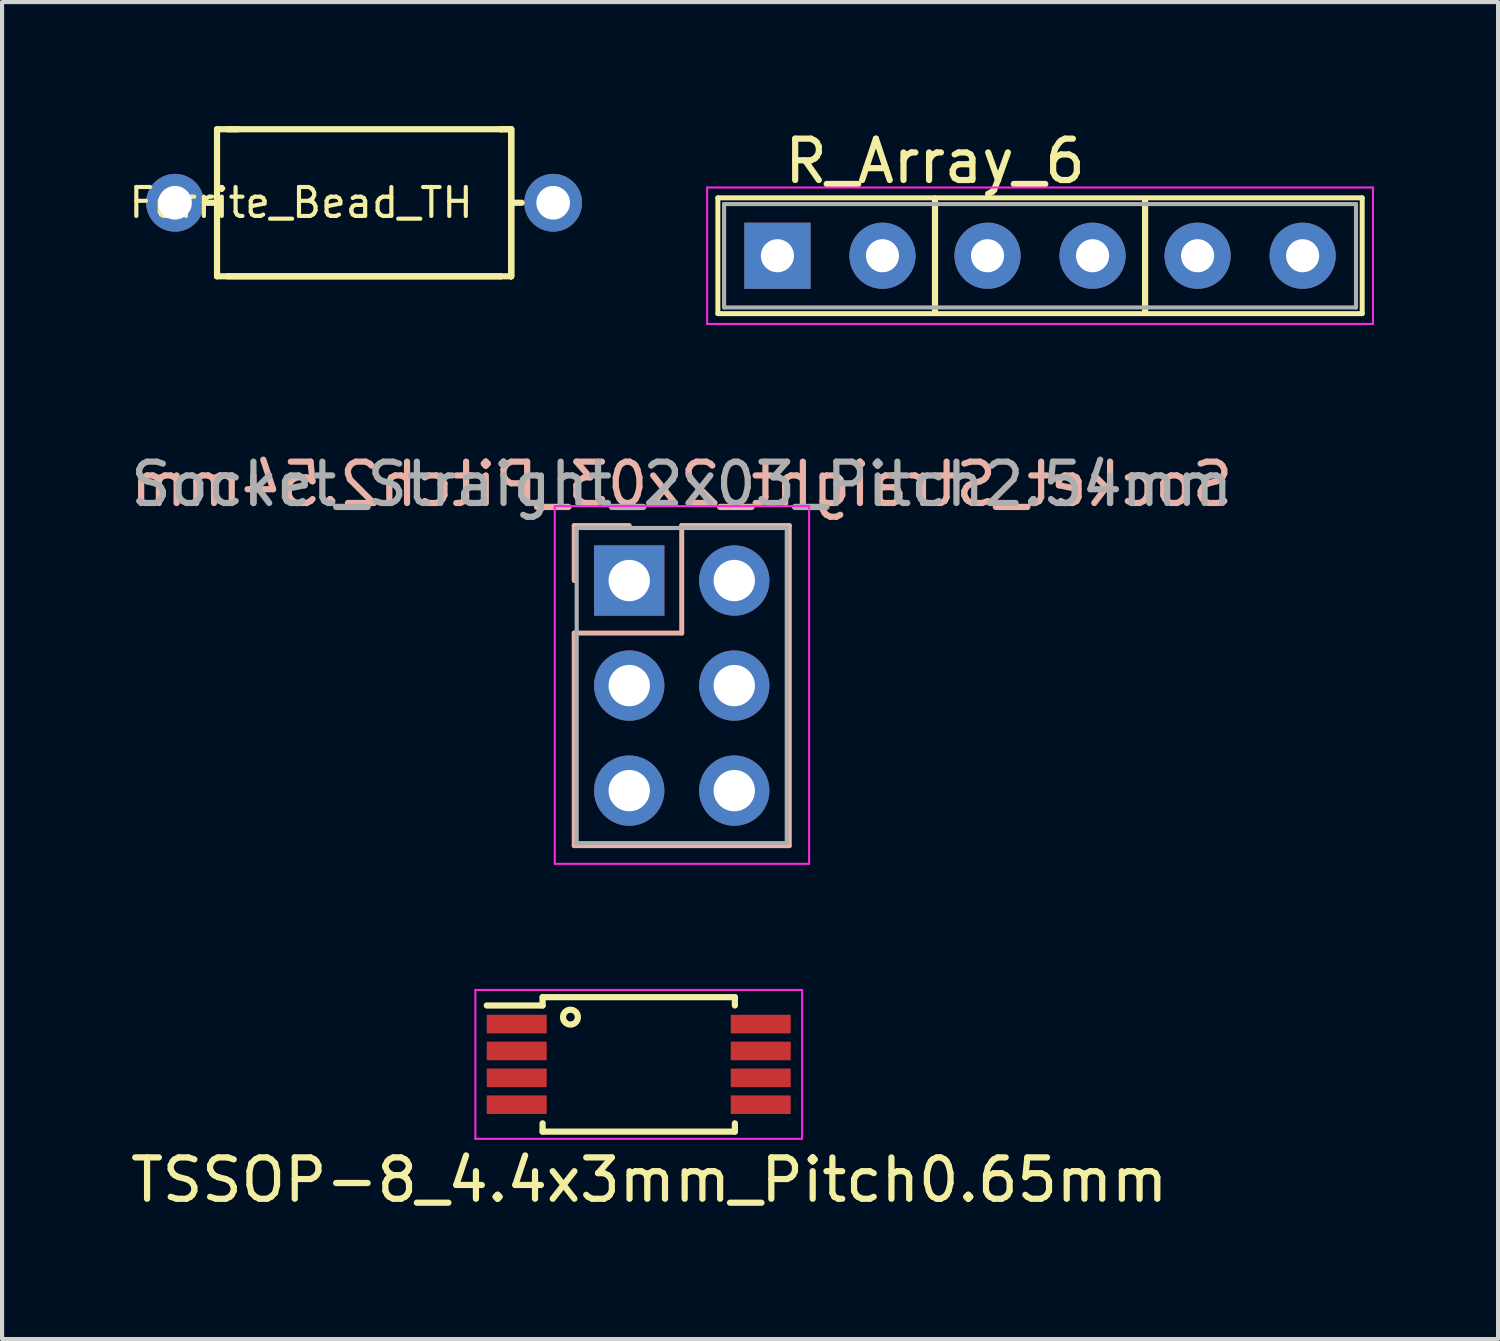
<source format=kicad_pcb>
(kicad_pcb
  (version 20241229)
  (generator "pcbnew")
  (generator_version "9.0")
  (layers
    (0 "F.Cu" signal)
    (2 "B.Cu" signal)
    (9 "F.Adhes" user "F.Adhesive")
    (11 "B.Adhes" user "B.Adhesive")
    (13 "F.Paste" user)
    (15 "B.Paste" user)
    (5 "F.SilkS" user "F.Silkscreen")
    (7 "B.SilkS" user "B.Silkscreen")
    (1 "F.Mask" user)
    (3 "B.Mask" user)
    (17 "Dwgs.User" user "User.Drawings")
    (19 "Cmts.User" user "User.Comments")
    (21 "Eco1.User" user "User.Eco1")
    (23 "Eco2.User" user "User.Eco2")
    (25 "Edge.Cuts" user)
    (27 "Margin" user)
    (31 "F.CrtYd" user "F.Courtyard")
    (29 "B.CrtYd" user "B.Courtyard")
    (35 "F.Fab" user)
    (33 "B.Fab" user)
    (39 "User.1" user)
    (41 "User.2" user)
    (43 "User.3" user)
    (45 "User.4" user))
  (footprint "Ferrite_Bead_TH"
    (layer "F.Cu")
    (at 5.754 1.853)
    (property "Reference" "Ferrite_Bead_TH" (at -1.524 0 0) (layer "F.SilkS") (effects (font (size 0.7 0.7) (thickness 0.1))))
    (attr through_hole)
    (fp_line (start -3.81 0) (end -3.556 0) (stroke (width 0.15) (type solid)) (layer "F.SilkS"))
    (fp_line (start -3.556 -1.778) (end -3.048 -1.778) (stroke (width 0.15) (type solid)) (layer "F.SilkS"))
    (fp_line (start -3.556 1.778) (end -3.556 -1.778) (stroke (width 0.15) (type solid)) (layer "F.SilkS"))
    (fp_line (start -3.302 1.778) (end 3.302 1.778) (stroke (width 0.15) (type solid)) (layer "F.SilkS"))
    (fp_line (start 3.302 -1.778) (end -3.302 -1.778) (stroke (width 0.15) (type solid)) (layer "F.SilkS"))
    (fp_line (start 3.302 -1.778) (end 3.556 -1.778) (stroke (width 0.15) (type solid)) (layer "F.SilkS"))
    (fp_line (start 3.302 1.778) (end -3.556 1.778) (stroke (width 0.15) (type solid)) (layer "F.SilkS"))
    (fp_line (start 3.556 -1.778) (end 3.302 -1.778) (stroke (width 0.15) (type solid)) (layer "F.SilkS"))
    (fp_line (start 3.556 -1.778) (end 3.556 1.778) (stroke (width 0.15) (type solid)) (layer "F.SilkS"))
    (fp_line (start 3.556 -1.778) (end 3.556 1.778) (stroke (width 0.15) (type solid)) (layer "F.SilkS"))
    (fp_line (start 3.556 0) (end 3.81 0) (stroke (width 0.15) (type solid)) (layer "F.SilkS"))
    (fp_line (start 3.556 1.778) (end 3.302 1.778) (stroke (width 0.15) (type solid)) (layer "F.SilkS"))
    (fp_line (start 3.556 1.778) (end 3.556 -1.778) (stroke (width 0.15) (type solid)) (layer "F.SilkS"))
    (pad "1" thru_hole circle (at -4.572 0) (size 1.397 1.397) (drill 0.813) (layers "*.Cu" "*.Mask"))
    (pad "2" thru_hole circle (at 4.572 0) (size 1.397 1.397) (drill 0.813) (layers "*.Cu" "*.Mask")))
  (footprint "R_Array_6"
    (layer "F.Cu")
    (at 15.749 3.134)
    (property "Reference" "R_Array_6" (at 3.81 -2.286 0) (layer "F.SilkS") (effects (font (size 1 1) (thickness 0.15))))
    (attr through_hole)
    (fp_line (start -1.44 -1.4) (end -1.44 1.4) (stroke (width 0.12) (type solid)) (layer "F.SilkS"))
    (fp_line (start -1.44 1.4) (end 14.14 1.4) (stroke (width 0.12) (type solid)) (layer "F.SilkS"))
    (fp_line (start 3.81 -1.4) (end 3.81 1.4) (stroke (width 0.12) (type solid)) (layer "F.SilkS"))
    (fp_line (start 3.81 -1.35) (end 3.81 1.35) (stroke (width 0.15) (type solid)) (layer "F.SilkS"))
    (fp_line (start 8.89 -1.35) (end 8.89 1.35) (stroke (width 0.15) (type solid)) (layer "F.SilkS"))
    (fp_line (start 14.14 -1.4) (end -1.44 -1.4) (stroke (width 0.12) (type solid)) (layer "F.SilkS"))
    (fp_line (start 14.14 1.4) (end 14.14 -1.4) (stroke (width 0.12) (type solid)) (layer "F.SilkS"))
    (fp_line (start -1.7 -1.65) (end -1.7 1.65) (stroke (width 0.05) (type solid)) (layer "F.CrtYd"))
    (fp_line (start -1.7 1.65) (end 14.4 1.65) (stroke (width 0.05) (type solid)) (layer "F.CrtYd"))
    (fp_line (start 14.4 -1.65) (end -1.7 -1.65) (stroke (width 0.05) (type solid)) (layer "F.CrtYd"))
    (fp_line (start 14.4 1.65) (end 14.4 -1.65) (stroke (width 0.05) (type solid)) (layer "F.CrtYd"))
    (fp_line (start -1.29 -1.25) (end -1.29 1.25) (stroke (width 0.1) (type solid)) (layer "F.Fab"))
    (fp_line (start -1.29 1.25) (end 13.99 1.25) (stroke (width 0.1) (type solid)) (layer "F.Fab"))
    (fp_line (start 13.99 -1.25) (end -1.29 -1.25) (stroke (width 0.1) (type solid)) (layer "F.Fab"))
    (fp_line (start 13.99 1.25) (end 13.99 -1.25) (stroke (width 0.1) (type solid)) (layer "F.Fab"))
    (pad "1" thru_hole rect (at 0 0) (size 1.6 1.6) (drill 0.8) (layers "*.Cu" "*.Mask"))
    (pad "2" thru_hole oval (at 2.54 0) (size 1.6 1.6) (drill 0.8) (layers "*.Cu" "*.Mask"))
    (pad "3" thru_hole oval (at 5.08 0) (size 1.6 1.6) (drill 0.8) (layers "*.Cu" "*.Mask"))
    (pad "4" thru_hole oval (at 7.62 0) (size 1.6 1.6) (drill 0.8) (layers "*.Cu" "*.Mask"))
    (pad "5" thru_hole oval (at 10.16 0) (size 1.6 1.6) (drill 0.8) (layers "*.Cu" "*.Mask"))
    (pad "6" thru_hole oval (at 12.7 0) (size 1.6 1.6) (drill 0.8) (layers "*.Cu" "*.Mask")))
  (footprint "Socket_Straight_2x03_Pitch2.54mm"
    (layer "F.Cu")
    (at 12.165 10.988)
    (property "Reference" "Socket_Straight_2x03_Pitch2.54mm" (at 1.27 -2.33 0) (layer "B.SilkS") (effects (font (size 1 1) (thickness 0.15)) (justify mirror)))
    (attr through_hole)
    (fp_line (start -1.33 -1.33) (end 0 -1.33) (stroke (width 0.12) (type solid)) (layer "B.SilkS"))
    (fp_line (start -1.33 0) (end -1.33 -1.33) (stroke (width 0.12) (type solid)) (layer "B.SilkS"))
    (fp_line (start -1.33 1.27) (end -1.33 6.41) (stroke (width 0.12) (type solid)) (layer "B.SilkS"))
    (fp_line (start -1.33 6.41) (end 3.87 6.41) (stroke (width 0.12) (type solid)) (layer "B.SilkS"))
    (fp_line (start 1.27 -1.33) (end 1.27 1.27) (stroke (width 0.12) (type solid)) (layer "B.SilkS"))
    (fp_line (start 1.27 1.27) (end -1.33 1.27) (stroke (width 0.12) (type solid)) (layer "B.SilkS"))
    (fp_line (start 3.87 -1.33) (end 1.27 -1.33) (stroke (width 0.12) (type solid)) (layer "B.SilkS"))
    (fp_line (start 3.87 6.41) (end 3.87 -1.33) (stroke (width 0.12) (type solid)) (layer "B.SilkS"))
    (fp_line (start -1.8 -1.8) (end -1.8 6.85) (stroke (width 0.05) (type solid)) (layer "F.CrtYd"))
    (fp_line (start -1.8 6.85) (end 4.35 6.85) (stroke (width 0.05) (type solid)) (layer "F.CrtYd"))
    (fp_line (start 4.35 -1.8) (end -1.8 -1.8) (stroke (width 0.05) (type solid)) (layer "F.CrtYd"))
    (fp_line (start 4.35 6.85) (end 4.35 -1.8) (stroke (width 0.05) (type solid)) (layer "F.CrtYd"))
    (fp_line (start -1.27 -1.27) (end -1.27 6.35) (stroke (width 0.1) (type solid)) (layer "F.Fab"))
    (fp_line (start -1.27 6.35) (end 3.81 6.35) (stroke (width 0.1) (type solid)) (layer "F.Fab"))
    (fp_line (start 3.81 -1.27) (end -1.27 -1.27) (stroke (width 0.1) (type solid)) (layer "F.Fab"))
    (fp_line (start 3.81 6.35) (end 3.81 -1.27) (stroke (width 0.1) (type solid)) (layer "F.Fab"))
    (fp_text user "${REFERENCE}" (at 1.27 -2.33 0) (layer "F.Fab") (effects (font (size 1 1) (thickness 0.15))))
    (pad "1" thru_hole rect (at 0 0) (size 1.7 1.7) (drill 1) (layers "*.Cu" "*.Mask"))
    (pad "2" thru_hole oval (at 2.54 0) (size 1.7 1.7) (drill 1) (layers "*.Cu" "*.Mask"))
    (pad "3" thru_hole oval (at 0 2.54) (size 1.7 1.7) (drill 1) (layers "*.Cu" "*.Mask"))
    (pad "4" thru_hole oval (at 2.54 2.54) (size 1.7 1.7) (drill 1) (layers "*.Cu" "*.Mask"))
    (pad "5" thru_hole oval (at 0 5.08) (size 1.7 1.7) (drill 1) (layers "*.Cu" "*.Mask"))
    (pad "6" thru_hole oval (at 2.54 5.08) (size 1.7 1.7) (drill 1) (layers "*.Cu" "*.Mask")))
  (footprint "TSSOP-8_4.4x3mm_Pitch0.65mm"
    (layer "F.Cu")
    (at 12.395 22.688)
    (property "Reference" "TSSOP-8_4.4x3mm_Pitch0.65mm" (at 0.254 2.794 0) (layer "F.SilkS") (effects (font (size 1 1) (thickness 0.15))))
    (attr smd)
    (fp_line (start -2.325 -1.625) (end -2.325 -1.425) (stroke (width 0.15) (type solid)) (layer "F.SilkS"))
    (fp_line (start -2.325 -1.625) (end 2.325 -1.625) (stroke (width 0.15) (type solid)) (layer "F.SilkS"))
    (fp_line (start -2.325 -1.425) (end -3.675 -1.425) (stroke (width 0.15) (type solid)) (layer "F.SilkS"))
    (fp_line (start -2.325 1.625) (end -2.325 1.425) (stroke (width 0.15) (type solid)) (layer "F.SilkS"))
    (fp_line (start -2.325 1.625) (end 2.325 1.625) (stroke (width 0.15) (type solid)) (layer "F.SilkS"))
    (fp_line (start 2.325 -1.625) (end 2.325 -1.425) (stroke (width 0.15) (type solid)) (layer "F.SilkS"))
    (fp_line (start 2.325 1.625) (end 2.325 1.425) (stroke (width 0.15) (type solid)) (layer "F.SilkS"))
    (fp_circle (center -1.651 -1.143) (end -1.524 -1.016) (stroke (width 0.15) (type solid)) (fill no) (layer "F.SilkS"))
    (fp_line (start -3.95 -1.8) (end -3.95 1.8) (stroke (width 0.05) (type solid)) (layer "F.CrtYd"))
    (fp_line (start -3.95 -1.8) (end 3.95 -1.8) (stroke (width 0.05) (type solid)) (layer "F.CrtYd"))
    (fp_line (start -3.95 1.8) (end 3.95 1.8) (stroke (width 0.05) (type solid)) (layer "F.CrtYd"))
    (fp_line (start 3.95 -1.8) (end 3.95 1.8) (stroke (width 0.05) (type solid)) (layer "F.CrtYd"))
    (pad "1" smd rect (at -2.95 -0.975) (size 1.45 0.45) (layers "F.Cu" "F.Mask" "F.Paste"))
    (pad "2" smd rect (at -2.95 -0.325) (size 1.45 0.45) (layers "F.Cu" "F.Mask" "F.Paste"))
    (pad "3" smd rect (at -2.95 0.325) (size 1.45 0.45) (layers "F.Cu" "F.Mask" "F.Paste"))
    (pad "4" smd rect (at -2.95 0.975) (size 1.45 0.45) (layers "F.Cu" "F.Mask" "F.Paste"))
    (pad "5" smd rect (at 2.95 0.975) (size 1.45 0.45) (layers "F.Cu" "F.Mask" "F.Paste"))
    (pad "6" smd rect (at 2.95 0.325) (size 1.45 0.45) (layers "F.Cu" "F.Mask" "F.Paste"))
    (pad "7" smd rect (at 2.95 -0.325) (size 1.45 0.45) (layers "F.Cu" "F.Mask" "F.Paste"))
    (pad "8" smd rect (at 2.95 -0.975) (size 1.45 0.45) (layers "F.Cu" "F.Mask" "F.Paste")))
  (gr_rect
    (start -3 -3)
    (end 33.174 29.33)
    (stroke (width 0.1) (type default))
    (fill no)
    (layer "Edge.Cuts")))
</source>
